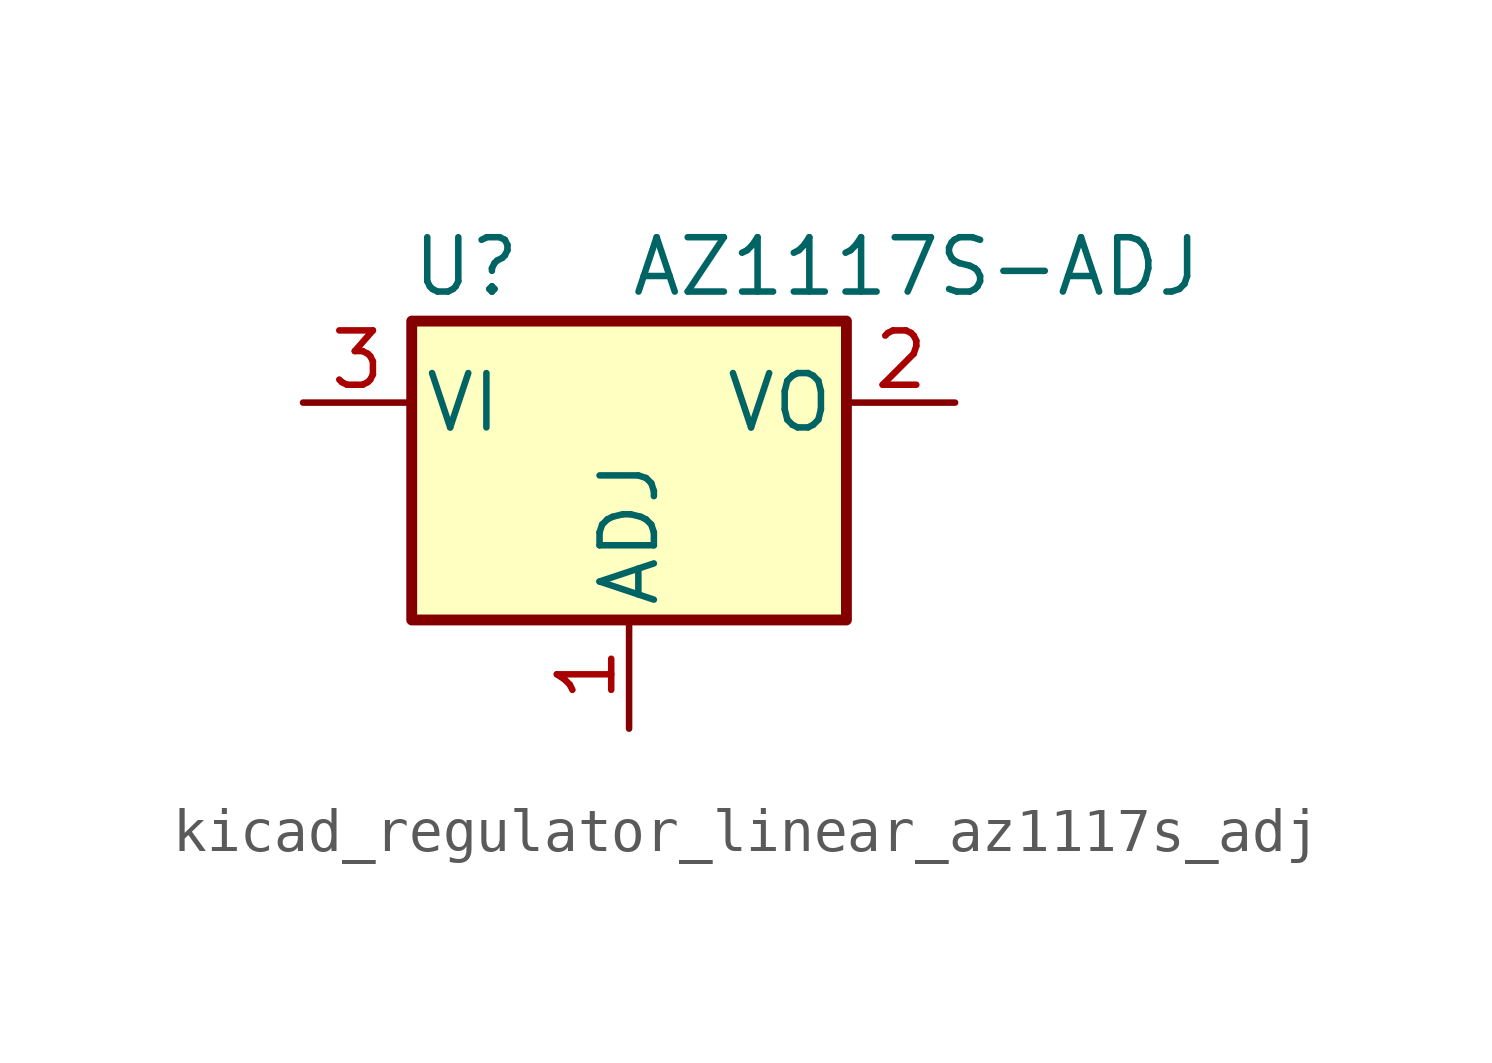
<source format=kicad_sym>
(kicad_symbol_lib
  (version 20220914)
  (generator kicad_symbol_editor)
  (symbol "kicad_regulator_linear_az1117s_adj"
    (pin_names
      (offset 0.254))
    (property "Reference" "U"
      (at -3.81 3.175 0)
      (effects (font (size 1.27 1.27))))
    (property "Value" "AZ1117S-ADJ"
      (at 0 3.175 0)
      (effects (font (size 1.27 1.27)) (justify left)))
    (symbol "kicad_regulator_linear_az1117s_adj_0_1"
      (rectangle (start -5.08 1.905) (end 5.08 -5.08) (stroke (width 0.254) (type default)) (fill (type background))))
    (symbol "kicad_regulator_linear_az1117s_adj_1_1"
      (pin input line (at 0 -7.62 90) (length 2.54) (name "ADJ" (effects (font (size 1.27 1.27)))) (number "1" (effects (font (size 1.27 1.27)))))
      (pin power_out line (at 7.62 0 180) (length 2.54) (name "VO" (effects (font (size 1.27 1.27)))) (number "2" (effects (font (size 1.27 1.27)))))
      (pin power_in line (at -7.62 0 0) (length 2.54) (name "VI" (effects (font (size 1.27 1.27)))) (number "3" (effects (font (size 1.27 1.27))))))))
</source>
